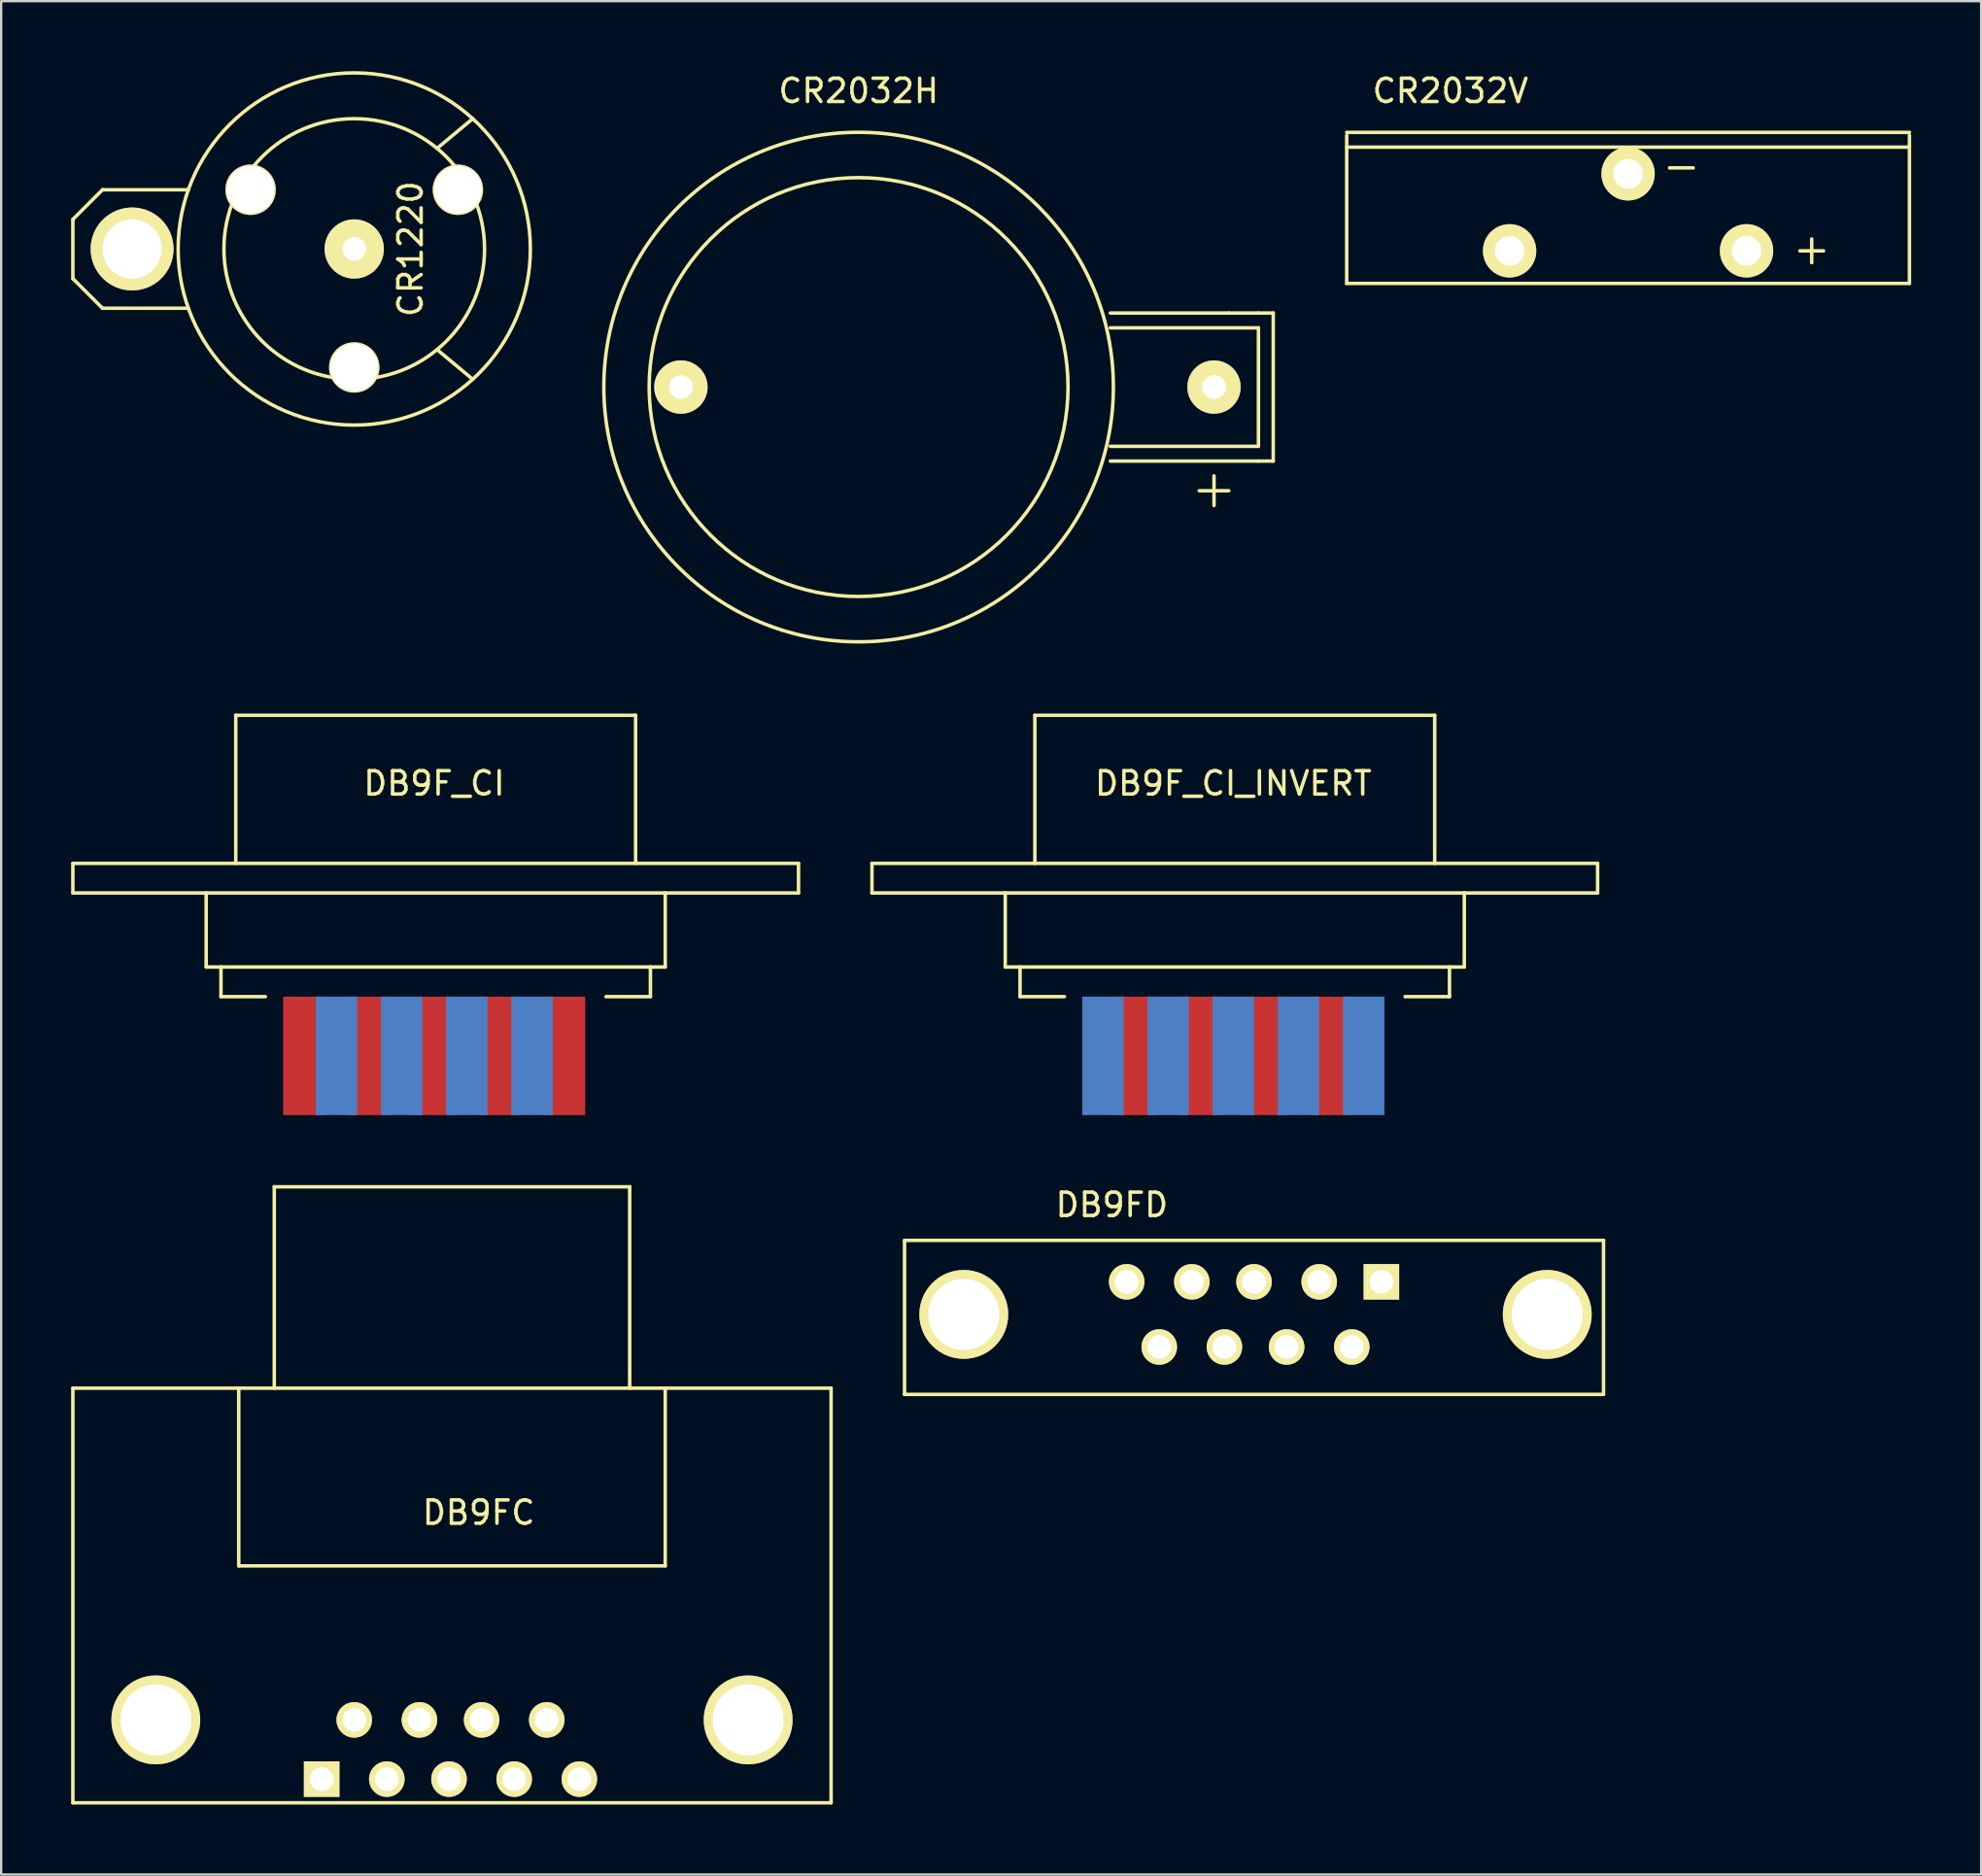
<source format=kicad_pcb>
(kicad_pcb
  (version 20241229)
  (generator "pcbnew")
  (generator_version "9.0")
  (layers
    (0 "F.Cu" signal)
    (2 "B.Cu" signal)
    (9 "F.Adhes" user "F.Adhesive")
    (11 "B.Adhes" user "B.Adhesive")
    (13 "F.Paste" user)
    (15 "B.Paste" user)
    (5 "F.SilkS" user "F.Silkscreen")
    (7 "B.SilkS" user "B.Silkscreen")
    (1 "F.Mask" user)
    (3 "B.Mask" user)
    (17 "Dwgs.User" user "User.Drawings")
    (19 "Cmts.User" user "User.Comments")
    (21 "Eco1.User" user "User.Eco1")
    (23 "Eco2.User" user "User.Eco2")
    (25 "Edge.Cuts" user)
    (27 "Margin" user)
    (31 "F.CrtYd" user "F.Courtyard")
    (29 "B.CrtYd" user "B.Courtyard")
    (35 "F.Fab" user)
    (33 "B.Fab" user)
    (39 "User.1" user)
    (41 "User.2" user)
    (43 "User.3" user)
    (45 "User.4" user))
  (footprint "CR2032H"
    (layer "F.Cu")
    (at 33.767 13.548)
    (property "Reference" "CR2032H" (at 0 -12.7 0) (layer "F.SilkS") (effects (font (size 1 1) (thickness 0.15))))
    (attr through_hole)
    (fp_line (start 10.795 -3.175) (end 15.875 -3.175) (stroke (width 0.15) (type solid)) (layer "F.SilkS"))
    (fp_line (start 10.795 -2.54) (end 17.145 -2.54) (stroke (width 0.15) (type solid)) (layer "F.SilkS"))
    (fp_line (start 14.605 4.445) (end 15.875 4.445) (stroke (width 0.15) (type solid)) (layer "F.SilkS"))
    (fp_line (start 15.24 3.81) (end 15.24 5.08) (stroke (width 0.15) (type solid)) (layer "F.SilkS"))
    (fp_line (start 15.875 -3.175) (end 17.145 -3.175) (stroke (width 0.15) (type solid)) (layer "F.SilkS"))
    (fp_line (start 17.145 -3.175) (end 17.78 -3.175) (stroke (width 0.15) (type solid)) (layer "F.SilkS"))
    (fp_line (start 17.145 -2.54) (end 17.145 2.54) (stroke (width 0.15) (type solid)) (layer "F.SilkS"))
    (fp_line (start 17.145 2.54) (end 10.795 2.54) (stroke (width 0.15) (type solid)) (layer "F.SilkS"))
    (fp_line (start 17.145 3.175) (end 10.795 3.175) (stroke (width 0.15) (type solid)) (layer "F.SilkS"))
    (fp_line (start 17.78 -3.175) (end 17.78 3.175) (stroke (width 0.15) (type solid)) (layer "F.SilkS"))
    (fp_line (start 17.78 3.175) (end 17.145 3.175) (stroke (width 0.15) (type solid)) (layer "F.SilkS"))
    (fp_circle (center 0 0) (end -1.27 -8.89) (stroke (width 0.15) (type solid)) (fill no) (layer "F.SilkS"))
    (fp_circle (center 0 0) (end 6.35 8.89) (stroke (width 0.15) (type solid)) (fill no) (layer "F.SilkS"))
    (pad "1" thru_hole circle (at 15.24 0) (size 2.286 2.286) (drill 1.016) (layers "*.Cu" "*.Mask" "F.SilkS"))
    (pad "2" thru_hole circle (at -7.62 0) (size 2.286 2.286) (drill 1.016) (layers "*.Cu" "*.Mask" "F.SilkS")))
  (footprint "DB9FD"
    (layer "F.Cu")
    (at 50.723 53.442)
    (property "Reference" "DB9FD" (at -6.096 -4.826 180) (layer "F.SilkS") (effects (font (size 1 1) (thickness 0.15))))
    (attr through_hole)
    (fp_line (start -14.986 -3.302) (end -14.986 3.302) (stroke (width 0.15) (type solid)) (layer "F.SilkS"))
    (fp_line (start -14.986 3.302) (end 14.986 3.302) (stroke (width 0.15) (type solid)) (layer "F.SilkS"))
    (fp_line (start 14.986 -3.302) (end -14.986 -3.302) (stroke (width 0.15) (type solid)) (layer "F.SilkS"))
    (fp_line (start 14.986 3.302) (end 14.986 -3.302) (stroke (width 0.15) (type solid)) (layer "F.SilkS"))
    (pad "0" thru_hole circle (at -12.446 -0.127) (size 3.81 3.81) (drill 3.048) (layers "*.Cu" "*.Mask" "F.SilkS"))
    (pad "0" thru_hole circle (at 12.573 -0.127) (size 3.81 3.81) (drill 3.048) (layers "*.Cu" "*.Mask" "F.SilkS"))
    (pad "1" thru_hole rect (at 5.461 -1.524) (size 1.524 1.524) (drill 1.016) (layers "*.Cu" "*.Mask" "F.SilkS"))
    (pad "2" thru_hole circle (at 2.794 -1.524) (size 1.524 1.524) (drill 1.016) (layers "*.Cu" "*.Mask" "F.SilkS"))
    (pad "3" thru_hole circle (at 0 -1.524) (size 1.524 1.524) (drill 1.016) (layers "*.Cu" "*.Mask" "F.SilkS"))
    (pad "4" thru_hole circle (at -2.667 -1.524) (size 1.524 1.524) (drill 1.016) (layers "*.Cu" "*.Mask" "F.SilkS"))
    (pad "5" thru_hole circle (at -5.461 -1.524) (size 1.524 1.524) (drill 1.016) (layers "*.Cu" "*.Mask" "F.SilkS"))
    (pad "6" thru_hole circle (at 4.191 1.27) (size 1.524 1.524) (drill 1.016) (layers "*.Cu" "*.Mask" "F.SilkS"))
    (pad "7" thru_hole circle (at 1.397 1.27) (size 1.524 1.524) (drill 1.016) (layers "*.Cu" "*.Mask" "F.SilkS"))
    (pad "8" thru_hole circle (at -1.27 1.27) (size 1.524 1.524) (drill 1.016) (layers "*.Cu" "*.Mask" "F.SilkS"))
    (pad "9" thru_hole circle (at -4.064 1.27) (size 1.524 1.524) (drill 1.016) (layers "*.Cu" "*.Mask" "F.SilkS")))
  (footprint "CR1220"
    (layer "F.Cu")
    (at 7.695 7.627)
    (property "Reference" "CR1220" (at 6.858 0 90) (layer "F.SilkS") (effects (font (size 1 1) (thickness 0.15))))
    (attr through_hole)
    (fp_line (start -7.62 -1.27) (end -6.35 -2.54) (stroke (width 0.15) (type solid)) (layer "F.SilkS"))
    (fp_line (start -7.62 1.27) (end -7.62 -1.27) (stroke (width 0.15) (type solid)) (layer "F.SilkS"))
    (fp_line (start -6.35 -2.54) (end -2.667 -2.54) (stroke (width 0.15) (type solid)) (layer "F.SilkS"))
    (fp_line (start -6.35 2.54) (end -7.62 1.27) (stroke (width 0.15) (type solid)) (layer "F.SilkS"))
    (fp_line (start -6.35 2.54) (end -2.667 2.54) (stroke (width 0.15) (type solid)) (layer "F.SilkS"))
    (fp_line (start 8.001 -4.318) (end 9.525 -5.588) (stroke (width 0.15) (type solid)) (layer "F.SilkS"))
    (fp_line (start 8.001 4.318) (end 9.525 5.588) (stroke (width 0.15) (type solid)) (layer "F.SilkS"))
    (fp_circle (center 4.445 0) (end -2.667 2.54) (stroke (width 0.15) (type solid)) (fill no) (layer "F.SilkS"))
    (fp_circle (center 4.445 0) (end -1.143 0) (stroke (width 0.15) (type solid)) (fill no) (layer "F.SilkS"))
    (pad "" thru_hole circle (at 0 -2.54) (size 2.159 2.159) (drill 2.032) (layers "*.Cu" "*.Mask" "F.SilkS"))
    (pad "" thru_hole circle (at 4.445 5.08) (size 2.159 2.159) (drill 2.032) (layers "*.Cu" "*.Mask" "F.SilkS"))
    (pad "" thru_hole circle (at 8.89 -2.54) (size 2.159 2.159) (drill 2.032) (layers "*.Cu" "*.Mask" "F.SilkS"))
    (pad "1" thru_hole circle (at -5.08 0) (size 3.556 3.556) (drill 2.54) (layers "*.Cu" "*.Mask" "F.SilkS"))
    (pad "2" thru_hole circle (at 4.445 0) (size 2.54 2.54) (drill 1.016) (layers "*.Cu" "*.Mask" "F.SilkS")))
  (footprint "DB9FC"
    (layer "F.Cu")
    (at 16.204 71.973)
    (property "Reference" "DB9FC" (at 1.27 -10.16 0) (layer "F.SilkS") (effects (font (size 1 1) (thickness 0.15))))
    (attr through_hole)
    (fp_line (start -16.129 -15.494) (end -16.129 2.286) (stroke (width 0.15) (type solid)) (layer "F.SilkS"))
    (fp_line (start -16.129 2.286) (end 16.383 2.286) (stroke (width 0.15) (type solid)) (layer "F.SilkS"))
    (fp_line (start -9.017 -15.494) (end -9.017 -7.874) (stroke (width 0.15) (type solid)) (layer "F.SilkS"))
    (fp_line (start -9.017 -7.874) (end 9.271 -7.874) (stroke (width 0.15) (type solid)) (layer "F.SilkS"))
    (fp_line (start -7.493 -24.13) (end 7.747 -24.13) (stroke (width 0.15) (type solid)) (layer "F.SilkS"))
    (fp_line (start -7.493 -15.494) (end -7.493 -24.13) (stroke (width 0.15) (type solid)) (layer "F.SilkS"))
    (fp_line (start 7.747 -24.13) (end 7.747 -15.494) (stroke (width 0.15) (type solid)) (layer "F.SilkS"))
    (fp_line (start 9.271 -7.874) (end 9.271 -15.494) (stroke (width 0.15) (type solid)) (layer "F.SilkS"))
    (fp_line (start 16.383 -15.494) (end -16.129 -15.494) (stroke (width 0.15) (type solid)) (layer "F.SilkS"))
    (fp_line (start 16.383 2.286) (end 16.383 -15.494) (stroke (width 0.15) (type solid)) (layer "F.SilkS"))
    (pad "" thru_hole circle (at -12.573 -1.27) (size 3.81 3.81) (drill 3.048) (layers "*.Cu" "*.Mask" "F.SilkS"))
    (pad "" thru_hole circle (at 12.827 -1.27) (size 3.81 3.81) (drill 3.048) (layers "*.Cu" "*.Mask" "F.SilkS"))
    (pad "1" thru_hole rect (at -5.461 1.27) (size 1.524 1.524) (drill 1.016) (layers "*.Cu" "*.Mask" "F.SilkS"))
    (pad "2" thru_hole circle (at -2.667 1.27) (size 1.524 1.524) (drill 1.016) (layers "*.Cu" "*.Mask" "F.SilkS"))
    (pad "3" thru_hole circle (at 0 1.27) (size 1.524 1.524) (drill 1.016) (layers "*.Cu" "*.Mask" "F.SilkS"))
    (pad "4" thru_hole circle (at 2.794 1.27) (size 1.524 1.524) (drill 1.016) (layers "*.Cu" "*.Mask" "F.SilkS"))
    (pad "5" thru_hole circle (at 5.588 1.27) (size 1.524 1.524) (drill 1.016) (layers "*.Cu" "*.Mask" "F.SilkS"))
    (pad "6" thru_hole circle (at -4.064 -1.27) (size 1.524 1.524) (drill 1.016) (layers "*.Cu" "*.Mask" "F.SilkS"))
    (pad "7" thru_hole circle (at -1.27 -1.27) (size 1.524 1.524) (drill 1.016) (layers "*.Cu" "*.Mask" "F.SilkS"))
    (pad "8" thru_hole circle (at 1.397 -1.27) (size 1.524 1.524) (drill 1.016) (layers "*.Cu" "*.Mask" "F.SilkS"))
    (pad "9" thru_hole circle (at 4.191 -1.27) (size 1.524 1.524) (drill 1.016) (layers "*.Cu" "*.Mask" "F.SilkS")))
  (footprint "DB9F_CI"
    (layer "F.Cu")
    (at 15.569 39.688)
    (property "Reference" "DB9F_CI" (at 0 -9.144 0) (layer "F.SilkS") (effects (font (size 1 1) (thickness 0.15))))
    (attr through_hole)
    (fp_line (start -15.494 -5.715) (end 15.621 -5.715) (stroke (width 0.15) (type solid)) (layer "F.SilkS"))
    (fp_line (start -15.494 -4.445) (end -15.494 -5.715) (stroke (width 0.15) (type solid)) (layer "F.SilkS"))
    (fp_line (start -9.779 -4.445) (end -15.494 -4.445) (stroke (width 0.15) (type solid)) (layer "F.SilkS"))
    (fp_line (start -9.779 -1.27) (end -9.779 -4.445) (stroke (width 0.15) (type solid)) (layer "F.SilkS"))
    (fp_line (start -9.144 -1.27) (end -9.779 -1.27) (stroke (width 0.15) (type solid)) (layer "F.SilkS"))
    (fp_line (start -9.144 0) (end -9.144 -1.27) (stroke (width 0.15) (type solid)) (layer "F.SilkS"))
    (fp_line (start -8.509 -12.065) (end 8.636 -12.065) (stroke (width 0.15) (type solid)) (layer "F.SilkS"))
    (fp_line (start -8.509 -5.715) (end -8.509 -12.065) (stroke (width 0.15) (type solid)) (layer "F.SilkS"))
    (fp_line (start -7.239 0) (end -9.144 0) (stroke (width 0.15) (type solid)) (layer "F.SilkS"))
    (fp_line (start 7.366 0) (end 9.271 0) (stroke (width 0.15) (type solid)) (layer "F.SilkS"))
    (fp_line (start 8.636 -5.715) (end 8.636 -12.065) (stroke (width 0.15) (type solid)) (layer "F.SilkS"))
    (fp_line (start 9.271 -1.27) (end -9.144 -1.27) (stroke (width 0.15) (type solid)) (layer "F.SilkS"))
    (fp_line (start 9.271 0) (end 9.271 -1.27) (stroke (width 0.15) (type solid)) (layer "F.SilkS"))
    (fp_line (start 9.906 -4.445) (end -9.779 -4.445) (stroke (width 0.15) (type solid)) (layer "F.SilkS"))
    (fp_line (start 9.906 -1.27) (end 9.271 -1.27) (stroke (width 0.15) (type solid)) (layer "F.SilkS"))
    (fp_line (start 9.906 -1.27) (end 9.906 -4.445) (stroke (width 0.15) (type solid)) (layer "F.SilkS"))
    (fp_line (start 15.621 -4.445) (end 9.906 -4.445) (stroke (width 0.15) (type solid)) (layer "F.SilkS"))
    (fp_line (start 15.621 -4.445) (end 15.621 -5.715) (stroke (width 0.15) (type solid)) (layer "F.SilkS"))
    (pad "1" connect rect (at -5.588 2.54) (size 1.778 5.08) (layers "F.Cu" "F.Mask"))
    (pad "2" connect rect (at -2.794 2.54) (size 1.778 5.08) (layers "F.Cu" "F.Mask"))
    (pad "3" connect rect (at 0 2.54) (size 1.778 5.08) (layers "F.Cu" "F.Mask"))
    (pad "4" connect rect (at 2.794 2.54) (size 1.778 5.08) (layers "F.Cu" "F.Mask"))
    (pad "5" connect rect (at 5.588 2.54) (size 1.778 5.08) (layers "F.Cu" "F.Mask"))
    (pad "6" connect rect (at -4.191 2.54) (size 1.778 5.08) (layers "B.Cu" "B.Mask"))
    (pad "7" connect rect (at -1.397 2.54) (size 1.778 5.08) (layers "B.Cu" "B.Mask"))
    (pad "8" connect rect (at 1.397 2.54) (size 1.778 5.08) (layers "B.Cu" "B.Mask"))
    (pad "9" connect rect (at 4.191 2.54) (size 1.778 5.08) (layers "B.Cu" "B.Mask")))
  (footprint "CR2032V"
    (layer "F.Cu")
    (at 66.762 5.928)
    (property "Reference" "CR2032V" (at -7.62 -5.08 0) (layer "F.SilkS") (effects (font (size 1 1) (thickness 0.15))))
    (attr through_hole)
    (fp_line (start -12.065 -3.302) (end 12.065 -3.302) (stroke (width 0.15) (type solid)) (layer "F.SilkS"))
    (fp_line (start -12.065 -3.175) (end -12.065 3.175) (stroke (width 0.15) (type solid)) (layer "F.SilkS"))
    (fp_line (start -12.065 3.175) (end 12.065 3.175) (stroke (width 0.15) (type solid)) (layer "F.SilkS"))
    (fp_line (start 1.778 -1.778) (end 2.794 -1.778) (stroke (width 0.15) (type solid)) (layer "F.SilkS"))
    (fp_line (start 7.366 1.778) (end 8.382 1.778) (stroke (width 0.15) (type solid)) (layer "F.SilkS"))
    (fp_line (start 7.874 2.286) (end 7.874 1.27) (stroke (width 0.15) (type solid)) (layer "F.SilkS"))
    (fp_line (start 12.065 -2.667) (end -12.065 -2.667) (stroke (width 0.15) (type solid)) (layer "F.SilkS"))
    (fp_line (start 12.065 3.175) (end 12.065 -3.175) (stroke (width 0.15) (type solid)) (layer "F.SilkS"))
    (pad "1" thru_hole circle (at -5.08 1.778) (size 2.286 2.286) (drill 1.27) (layers "*.Cu" "*.Mask" "F.SilkS"))
    (pad "1" thru_hole circle (at 5.08 1.778) (size 2.286 2.286) (drill 1.27) (layers "*.Cu" "*.Mask" "F.SilkS"))
    (pad "2" thru_hole circle (at 0 -1.524) (size 2.286 2.286) (drill 1.27) (layers "*.Cu" "*.Mask" "F.SilkS")))
  (footprint "DB9F_CI_INVERT"
    (layer "F.Cu")
    (at 49.834 39.688)
    (property "Reference" "DB9F_CI_INVERT" (at 0 -9.144 0) (layer "F.SilkS") (effects (font (size 1 1) (thickness 0.15))))
    (attr through_hole)
    (fp_line (start -15.494 -5.715) (end 15.621 -5.715) (stroke (width 0.15) (type solid)) (layer "F.SilkS"))
    (fp_line (start -15.494 -4.445) (end -15.494 -5.715) (stroke (width 0.15) (type solid)) (layer "F.SilkS"))
    (fp_line (start -9.779 -4.445) (end -15.494 -4.445) (stroke (width 0.15) (type solid)) (layer "F.SilkS"))
    (fp_line (start -9.779 -1.27) (end -9.779 -4.445) (stroke (width 0.15) (type solid)) (layer "F.SilkS"))
    (fp_line (start -9.144 -1.27) (end -9.779 -1.27) (stroke (width 0.15) (type solid)) (layer "F.SilkS"))
    (fp_line (start -9.144 0) (end -9.144 -1.27) (stroke (width 0.15) (type solid)) (layer "F.SilkS"))
    (fp_line (start -8.509 -12.065) (end 8.636 -12.065) (stroke (width 0.15) (type solid)) (layer "F.SilkS"))
    (fp_line (start -8.509 -5.715) (end -8.509 -12.065) (stroke (width 0.15) (type solid)) (layer "F.SilkS"))
    (fp_line (start -7.239 0) (end -9.144 0) (stroke (width 0.15) (type solid)) (layer "F.SilkS"))
    (fp_line (start 7.366 0) (end 9.271 0) (stroke (width 0.15) (type solid)) (layer "F.SilkS"))
    (fp_line (start 8.636 -5.715) (end 8.636 -12.065) (stroke (width 0.15) (type solid)) (layer "F.SilkS"))
    (fp_line (start 9.271 -1.27) (end -9.144 -1.27) (stroke (width 0.15) (type solid)) (layer "F.SilkS"))
    (fp_line (start 9.271 0) (end 9.271 -1.27) (stroke (width 0.15) (type solid)) (layer "F.SilkS"))
    (fp_line (start 9.906 -4.445) (end -9.779 -4.445) (stroke (width 0.15) (type solid)) (layer "F.SilkS"))
    (fp_line (start 9.906 -1.27) (end 9.271 -1.27) (stroke (width 0.15) (type solid)) (layer "F.SilkS"))
    (fp_line (start 9.906 -1.27) (end 9.906 -4.445) (stroke (width 0.15) (type solid)) (layer "F.SilkS"))
    (fp_line (start 15.621 -4.445) (end 9.906 -4.445) (stroke (width 0.15) (type solid)) (layer "F.SilkS"))
    (fp_line (start 15.621 -4.445) (end 15.621 -5.715) (stroke (width 0.15) (type solid)) (layer "F.SilkS"))
    (pad "1" connect rect (at 5.588 2.54) (size 1.778 5.08) (layers "B.Cu" "B.Mask"))
    (pad "2" connect rect (at 2.794 2.54) (size 1.778 5.08) (layers "B.Cu" "B.Mask"))
    (pad "3" connect rect (at 0 2.54) (size 1.778 5.08) (layers "B.Cu" "B.Mask"))
    (pad "4" connect rect (at -2.794 2.54) (size 1.778 5.08) (layers "B.Cu" "B.Mask"))
    (pad "5" connect rect (at -5.588 2.54) (size 1.778 5.08) (layers "B.Cu" "B.Mask"))
    (pad "6" connect rect (at 4.191 2.54) (size 1.778 5.08) (layers "F.Cu" "F.Mask"))
    (pad "7" connect rect (at 1.397 2.54) (size 1.778 5.08) (layers "F.Cu" "F.Mask"))
    (pad "8" connect rect (at -1.397 2.54) (size 1.778 5.08) (layers "F.Cu" "F.Mask"))
    (pad "9" connect rect (at -4.191 2.54) (size 1.778 5.08) (layers "F.Cu" "F.Mask")))
  (gr_rect
    (start -3 -3)
    (end 81.902 77.334)
    (stroke (width 0.1) (type default))
    (fill no)
    (layer "Edge.Cuts")))
</source>
